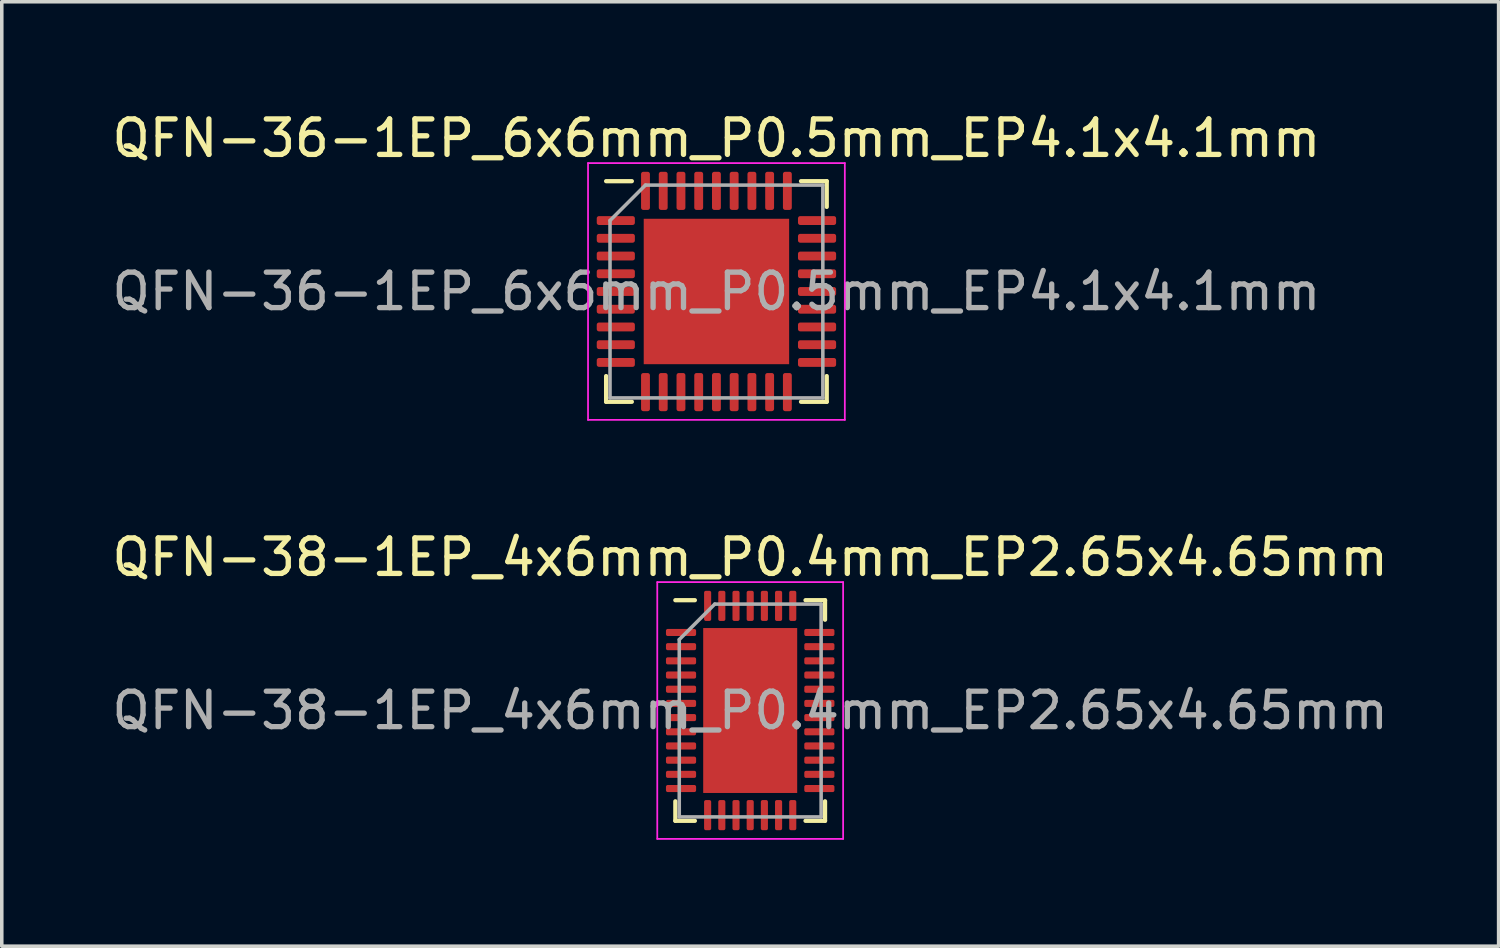
<source format=kicad_pcb>
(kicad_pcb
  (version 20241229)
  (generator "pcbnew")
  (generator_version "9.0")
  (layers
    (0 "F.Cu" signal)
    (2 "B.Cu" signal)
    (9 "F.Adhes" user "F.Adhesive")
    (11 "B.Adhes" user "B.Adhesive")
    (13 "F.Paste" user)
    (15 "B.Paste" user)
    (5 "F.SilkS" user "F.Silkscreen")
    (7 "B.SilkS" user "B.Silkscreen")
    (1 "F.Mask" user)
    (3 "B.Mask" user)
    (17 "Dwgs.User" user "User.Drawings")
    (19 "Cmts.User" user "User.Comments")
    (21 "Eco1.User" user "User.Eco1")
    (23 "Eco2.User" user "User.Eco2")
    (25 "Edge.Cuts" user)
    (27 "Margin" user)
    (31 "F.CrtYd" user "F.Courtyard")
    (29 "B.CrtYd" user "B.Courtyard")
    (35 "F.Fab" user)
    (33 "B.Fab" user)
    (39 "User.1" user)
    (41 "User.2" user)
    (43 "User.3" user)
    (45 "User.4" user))
  (footprint "QFN-38-1EP_4x6mm_P0.4mm_EP2.65x4.65mm"
    (layer "F.Cu")
    (at 18.101 16.982)
    (property "Reference" "QFN-38-1EP_4x6mm_P0.4mm_EP2.65x4.65mm" (at 0 -4.32 0) (layer "F.SilkS") (effects (font (size 1 1) (thickness 0.15))))
    (attr smd)
    (fp_line (start -2.11 3.11) (end -2.11 2.56) (stroke (width 0.12) (type solid)) (layer "F.SilkS"))
    (fp_line (start -1.56 -3.11) (end -2.11 -3.11) (stroke (width 0.12) (type solid)) (layer "F.SilkS"))
    (fp_line (start -1.56 3.11) (end -2.11 3.11) (stroke (width 0.12) (type solid)) (layer "F.SilkS"))
    (fp_line (start 1.56 -3.11) (end 2.11 -3.11) (stroke (width 0.12) (type solid)) (layer "F.SilkS"))
    (fp_line (start 1.56 3.11) (end 2.11 3.11) (stroke (width 0.12) (type solid)) (layer "F.SilkS"))
    (fp_line (start 2.11 -3.11) (end 2.11 -2.56) (stroke (width 0.12) (type solid)) (layer "F.SilkS"))
    (fp_line (start 2.11 3.11) (end 2.11 2.56) (stroke (width 0.12) (type solid)) (layer "F.SilkS"))
    (fp_line (start -2.62 -3.62) (end -2.62 3.62) (stroke (width 0.05) (type solid)) (layer "F.CrtYd"))
    (fp_line (start -2.62 3.62) (end 2.62 3.62) (stroke (width 0.05) (type solid)) (layer "F.CrtYd"))
    (fp_line (start 2.62 -3.62) (end -2.62 -3.62) (stroke (width 0.05) (type solid)) (layer "F.CrtYd"))
    (fp_line (start 2.62 3.62) (end 2.62 -3.62) (stroke (width 0.05) (type solid)) (layer "F.CrtYd"))
    (fp_line (start -2 -2) (end -1 -3) (stroke (width 0.1) (type solid)) (layer "F.Fab"))
    (fp_line (start -2 3) (end -2 -2) (stroke (width 0.1) (type solid)) (layer "F.Fab"))
    (fp_line (start -1 -3) (end 2 -3) (stroke (width 0.1) (type solid)) (layer "F.Fab"))
    (fp_line (start 2 -3) (end 2 3) (stroke (width 0.1) (type solid)) (layer "F.Fab"))
    (fp_line (start 2 3) (end -2 3) (stroke (width 0.1) (type solid)) (layer "F.Fab"))
    (fp_text user "${REFERENCE}" (at 0 0 0) (layer "F.Fab") (effects (font (size 1 1) (thickness 0.15))))
    (pad "" smd roundrect (at -0.66 -1.74) (size 1.07 0.94) (layers "F.Paste") (roundrect_rratio 0.25))
    (pad "" smd roundrect (at -0.66 -0.58) (size 1.07 0.94) (layers "F.Paste") (roundrect_rratio 0.25))
    (pad "" smd roundrect (at -0.66 0.58) (size 1.07 0.94) (layers "F.Paste") (roundrect_rratio 0.25))
    (pad "" smd roundrect (at -0.66 1.74) (size 1.07 0.94) (layers "F.Paste") (roundrect_rratio 0.25))
    (pad "" smd roundrect (at 0.66 -1.74) (size 1.07 0.94) (layers "F.Paste") (roundrect_rratio 0.25))
    (pad "" smd roundrect (at 0.66 -0.58) (size 1.07 0.94) (layers "F.Paste") (roundrect_rratio 0.25))
    (pad "" smd roundrect (at 0.66 0.58) (size 1.07 0.94) (layers "F.Paste") (roundrect_rratio 0.25))
    (pad "" smd roundrect (at 0.66 1.74) (size 1.07 0.94) (layers "F.Paste") (roundrect_rratio 0.25))
    (pad "1" smd roundrect (at -1.95 -2.2) (size 0.85 0.2) (layers "F.Cu" "F.Mask" "F.Paste") (roundrect_rratio 0.25))
    (pad "2" smd roundrect (at -1.95 -1.8) (size 0.85 0.2) (layers "F.Cu" "F.Mask" "F.Paste") (roundrect_rratio 0.25))
    (pad "3" smd roundrect (at -1.95 -1.4) (size 0.85 0.2) (layers "F.Cu" "F.Mask" "F.Paste") (roundrect_rratio 0.25))
    (pad "4" smd roundrect (at -1.95 -1) (size 0.85 0.2) (layers "F.Cu" "F.Mask" "F.Paste") (roundrect_rratio 0.25))
    (pad "5" smd roundrect (at -1.95 -0.6) (size 0.85 0.2) (layers "F.Cu" "F.Mask" "F.Paste") (roundrect_rratio 0.25))
    (pad "6" smd roundrect (at -1.95 -0.2) (size 0.85 0.2) (layers "F.Cu" "F.Mask" "F.Paste") (roundrect_rratio 0.25))
    (pad "7" smd roundrect (at -1.95 0.2) (size 0.85 0.2) (layers "F.Cu" "F.Mask" "F.Paste") (roundrect_rratio 0.25))
    (pad "8" smd roundrect (at -1.95 0.6) (size 0.85 0.2) (layers "F.Cu" "F.Mask" "F.Paste") (roundrect_rratio 0.25))
    (pad "9" smd roundrect (at -1.95 1) (size 0.85 0.2) (layers "F.Cu" "F.Mask" "F.Paste") (roundrect_rratio 0.25))
    (pad "10" smd roundrect (at -1.95 1.4) (size 0.85 0.2) (layers "F.Cu" "F.Mask" "F.Paste") (roundrect_rratio 0.25))
    (pad "11" smd roundrect (at -1.95 1.8) (size 0.85 0.2) (layers "F.Cu" "F.Mask" "F.Paste") (roundrect_rratio 0.25))
    (pad "12" smd roundrect (at -1.95 2.2) (size 0.85 0.2) (layers "F.Cu" "F.Mask" "F.Paste") (roundrect_rratio 0.25))
    (pad "13" smd roundrect (at -1.2 2.95) (size 0.2 0.85) (layers "F.Cu" "F.Mask" "F.Paste") (roundrect_rratio 0.25))
    (pad "14" smd roundrect (at -0.8 2.95) (size 0.2 0.85) (layers "F.Cu" "F.Mask" "F.Paste") (roundrect_rratio 0.25))
    (pad "15" smd roundrect (at -0.4 2.95) (size 0.2 0.85) (layers "F.Cu" "F.Mask" "F.Paste") (roundrect_rratio 0.25))
    (pad "16" smd roundrect (at 0 2.95) (size 0.2 0.85) (layers "F.Cu" "F.Mask" "F.Paste") (roundrect_rratio 0.25))
    (pad "17" smd roundrect (at 0.4 2.95) (size 0.2 0.85) (layers "F.Cu" "F.Mask" "F.Paste") (roundrect_rratio 0.25))
    (pad "18" smd roundrect (at 0.8 2.95) (size 0.2 0.85) (layers "F.Cu" "F.Mask" "F.Paste") (roundrect_rratio 0.25))
    (pad "19" smd roundrect (at 1.2 2.95) (size 0.2 0.85) (layers "F.Cu" "F.Mask" "F.Paste") (roundrect_rratio 0.25))
    (pad "20" smd roundrect (at 1.95 2.2) (size 0.85 0.2) (layers "F.Cu" "F.Mask" "F.Paste") (roundrect_rratio 0.25))
    (pad "21" smd roundrect (at 1.95 1.8) (size 0.85 0.2) (layers "F.Cu" "F.Mask" "F.Paste") (roundrect_rratio 0.25))
    (pad "22" smd roundrect (at 1.95 1.4) (size 0.85 0.2) (layers "F.Cu" "F.Mask" "F.Paste") (roundrect_rratio 0.25))
    (pad "23" smd roundrect (at 1.95 1) (size 0.85 0.2) (layers "F.Cu" "F.Mask" "F.Paste") (roundrect_rratio 0.25))
    (pad "24" smd roundrect (at 1.95 0.6) (size 0.85 0.2) (layers "F.Cu" "F.Mask" "F.Paste") (roundrect_rratio 0.25))
    (pad "25" smd roundrect (at 1.95 0.2) (size 0.85 0.2) (layers "F.Cu" "F.Mask" "F.Paste") (roundrect_rratio 0.25))
    (pad "26" smd roundrect (at 1.95 -0.2) (size 0.85 0.2) (layers "F.Cu" "F.Mask" "F.Paste") (roundrect_rratio 0.25))
    (pad "27" smd roundrect (at 1.95 -0.6) (size 0.85 0.2) (layers "F.Cu" "F.Mask" "F.Paste") (roundrect_rratio 0.25))
    (pad "28" smd roundrect (at 1.95 -1) (size 0.85 0.2) (layers "F.Cu" "F.Mask" "F.Paste") (roundrect_rratio 0.25))
    (pad "29" smd roundrect (at 1.95 -1.4) (size 0.85 0.2) (layers "F.Cu" "F.Mask" "F.Paste") (roundrect_rratio 0.25))
    (pad "30" smd roundrect (at 1.95 -1.8) (size 0.85 0.2) (layers "F.Cu" "F.Mask" "F.Paste") (roundrect_rratio 0.25))
    (pad "31" smd roundrect (at 1.95 -2.2) (size 0.85 0.2) (layers "F.Cu" "F.Mask" "F.Paste") (roundrect_rratio 0.25))
    (pad "32" smd roundrect (at 1.2 -2.95) (size 0.2 0.85) (layers "F.Cu" "F.Mask" "F.Paste") (roundrect_rratio 0.25))
    (pad "33" smd roundrect (at 0.8 -2.95) (size 0.2 0.85) (layers "F.Cu" "F.Mask" "F.Paste") (roundrect_rratio 0.25))
    (pad "34" smd roundrect (at 0.4 -2.95) (size 0.2 0.85) (layers "F.Cu" "F.Mask" "F.Paste") (roundrect_rratio 0.25))
    (pad "35" smd roundrect (at 0 -2.95) (size 0.2 0.85) (layers "F.Cu" "F.Mask" "F.Paste") (roundrect_rratio 0.25))
    (pad "36" smd roundrect (at -0.4 -2.95) (size 0.2 0.85) (layers "F.Cu" "F.Mask" "F.Paste") (roundrect_rratio 0.25))
    (pad "37" smd roundrect (at -0.8 -2.95) (size 0.2 0.85) (layers "F.Cu" "F.Mask" "F.Paste") (roundrect_rratio 0.25))
    (pad "38" smd roundrect (at -1.2 -2.95) (size 0.2 0.85) (layers "F.Cu" "F.Mask" "F.Paste") (roundrect_rratio 0.25))
    (pad "39" smd rect (at 0 0) (size 2.65 4.65) (layers "F.Cu" "F.Mask")))
  (footprint "QFN-36-1EP_6x6mm_P0.5mm_EP4.1x4.1mm"
    (layer "F.Cu")
    (at 17.149 5.168)
    (property "Reference" "QFN-36-1EP_6x6mm_P0.5mm_EP4.1x4.1mm" (at 0 -4.32 0) (layer "F.SilkS") (effects (font (size 1 1) (thickness 0.15))))
    (attr smd)
    (fp_line (start -3.11 3.11) (end -3.11 2.385) (stroke (width 0.12) (type solid)) (layer "F.SilkS"))
    (fp_line (start -2.385 -3.11) (end -3.11 -3.11) (stroke (width 0.12) (type solid)) (layer "F.SilkS"))
    (fp_line (start -2.385 3.11) (end -3.11 3.11) (stroke (width 0.12) (type solid)) (layer "F.SilkS"))
    (fp_line (start 2.385 -3.11) (end 3.11 -3.11) (stroke (width 0.12) (type solid)) (layer "F.SilkS"))
    (fp_line (start 2.385 3.11) (end 3.11 3.11) (stroke (width 0.12) (type solid)) (layer "F.SilkS"))
    (fp_line (start 3.11 -3.11) (end 3.11 -2.385) (stroke (width 0.12) (type solid)) (layer "F.SilkS"))
    (fp_line (start 3.11 3.11) (end 3.11 2.385) (stroke (width 0.12) (type solid)) (layer "F.SilkS"))
    (fp_line (start -3.62 -3.62) (end -3.62 3.62) (stroke (width 0.05) (type solid)) (layer "F.CrtYd"))
    (fp_line (start -3.62 3.62) (end 3.62 3.62) (stroke (width 0.05) (type solid)) (layer "F.CrtYd"))
    (fp_line (start 3.62 -3.62) (end -3.62 -3.62) (stroke (width 0.05) (type solid)) (layer "F.CrtYd"))
    (fp_line (start 3.62 3.62) (end 3.62 -3.62) (stroke (width 0.05) (type solid)) (layer "F.CrtYd"))
    (fp_line (start -3 -2) (end -2 -3) (stroke (width 0.1) (type solid)) (layer "F.Fab"))
    (fp_line (start -3 3) (end -3 -2) (stroke (width 0.1) (type solid)) (layer "F.Fab"))
    (fp_line (start -2 -3) (end 3 -3) (stroke (width 0.1) (type solid)) (layer "F.Fab"))
    (fp_line (start 3 -3) (end 3 3) (stroke (width 0.1) (type solid)) (layer "F.Fab"))
    (fp_line (start 3 3) (end -3 3) (stroke (width 0.1) (type solid)) (layer "F.Fab"))
    (fp_text user "${REFERENCE}" (at 0 0 0) (layer "F.Fab") (effects (font (size 1 1) (thickness 0.15))))
    (pad "" smd roundrect (at -1.37 -1.37) (size 1.1 1.1) (layers "F.Paste") (roundrect_rratio 0.227))
    (pad "" smd roundrect (at -1.37 0) (size 1.1 1.1) (layers "F.Paste") (roundrect_rratio 0.227))
    (pad "" smd roundrect (at -1.37 1.37) (size 1.1 1.1) (layers "F.Paste") (roundrect_rratio 0.227))
    (pad "" smd roundrect (at 0 -1.37) (size 1.1 1.1) (layers "F.Paste") (roundrect_rratio 0.227))
    (pad "" smd roundrect (at 0 0) (size 1.1 1.1) (layers "F.Paste") (roundrect_rratio 0.227))
    (pad "" smd roundrect (at 0 1.37) (size 1.1 1.1) (layers "F.Paste") (roundrect_rratio 0.227))
    (pad "" smd roundrect (at 1.37 -1.37) (size 1.1 1.1) (layers "F.Paste") (roundrect_rratio 0.227))
    (pad "" smd roundrect (at 1.37 0) (size 1.1 1.1) (layers "F.Paste") (roundrect_rratio 0.227))
    (pad "" smd roundrect (at 1.37 1.37) (size 1.1 1.1) (layers "F.Paste") (roundrect_rratio 0.227))
    (pad "1" smd roundrect (at -2.837 -2) (size 1.075 0.25) (layers "F.Cu" "F.Mask" "F.Paste") (roundrect_rratio 0.25))
    (pad "2" smd roundrect (at -2.837 -1.5) (size 1.075 0.25) (layers "F.Cu" "F.Mask" "F.Paste") (roundrect_rratio 0.25))
    (pad "3" smd roundrect (at -2.837 -1) (size 1.075 0.25) (layers "F.Cu" "F.Mask" "F.Paste") (roundrect_rratio 0.25))
    (pad "4" smd roundrect (at -2.837 -0.5) (size 1.075 0.25) (layers "F.Cu" "F.Mask" "F.Paste") (roundrect_rratio 0.25))
    (pad "5" smd roundrect (at -2.837 0) (size 1.075 0.25) (layers "F.Cu" "F.Mask" "F.Paste") (roundrect_rratio 0.25))
    (pad "6" smd roundrect (at -2.837 0.5) (size 1.075 0.25) (layers "F.Cu" "F.Mask" "F.Paste") (roundrect_rratio 0.25))
    (pad "7" smd roundrect (at -2.837 1) (size 1.075 0.25) (layers "F.Cu" "F.Mask" "F.Paste") (roundrect_rratio 0.25))
    (pad "8" smd roundrect (at -2.837 1.5) (size 1.075 0.25) (layers "F.Cu" "F.Mask" "F.Paste") (roundrect_rratio 0.25))
    (pad "9" smd roundrect (at -2.837 2) (size 1.075 0.25) (layers "F.Cu" "F.Mask" "F.Paste") (roundrect_rratio 0.25))
    (pad "10" smd roundrect (at -2 2.837) (size 0.25 1.075) (layers "F.Cu" "F.Mask" "F.Paste") (roundrect_rratio 0.25))
    (pad "11" smd roundrect (at -1.5 2.837) (size 0.25 1.075) (layers "F.Cu" "F.Mask" "F.Paste") (roundrect_rratio 0.25))
    (pad "12" smd roundrect (at -1 2.837) (size 0.25 1.075) (layers "F.Cu" "F.Mask" "F.Paste") (roundrect_rratio 0.25))
    (pad "13" smd roundrect (at -0.5 2.837) (size 0.25 1.075) (layers "F.Cu" "F.Mask" "F.Paste") (roundrect_rratio 0.25))
    (pad "14" smd roundrect (at 0 2.837) (size 0.25 1.075) (layers "F.Cu" "F.Mask" "F.Paste") (roundrect_rratio 0.25))
    (pad "15" smd roundrect (at 0.5 2.837) (size 0.25 1.075) (layers "F.Cu" "F.Mask" "F.Paste") (roundrect_rratio 0.25))
    (pad "16" smd roundrect (at 1 2.837) (size 0.25 1.075) (layers "F.Cu" "F.Mask" "F.Paste") (roundrect_rratio 0.25))
    (pad "17" smd roundrect (at 1.5 2.837) (size 0.25 1.075) (layers "F.Cu" "F.Mask" "F.Paste") (roundrect_rratio 0.25))
    (pad "18" smd roundrect (at 2 2.837) (size 0.25 1.075) (layers "F.Cu" "F.Mask" "F.Paste") (roundrect_rratio 0.25))
    (pad "19" smd roundrect (at 2.837 2) (size 1.075 0.25) (layers "F.Cu" "F.Mask" "F.Paste") (roundrect_rratio 0.25))
    (pad "20" smd roundrect (at 2.837 1.5) (size 1.075 0.25) (layers "F.Cu" "F.Mask" "F.Paste") (roundrect_rratio 0.25))
    (pad "21" smd roundrect (at 2.837 1) (size 1.075 0.25) (layers "F.Cu" "F.Mask" "F.Paste") (roundrect_rratio 0.25))
    (pad "22" smd roundrect (at 2.837 0.5) (size 1.075 0.25) (layers "F.Cu" "F.Mask" "F.Paste") (roundrect_rratio 0.25))
    (pad "23" smd roundrect (at 2.837 0) (size 1.075 0.25) (layers "F.Cu" "F.Mask" "F.Paste") (roundrect_rratio 0.25))
    (pad "24" smd roundrect (at 2.837 -0.5) (size 1.075 0.25) (layers "F.Cu" "F.Mask" "F.Paste") (roundrect_rratio 0.25))
    (pad "25" smd roundrect (at 2.837 -1) (size 1.075 0.25) (layers "F.Cu" "F.Mask" "F.Paste") (roundrect_rratio 0.25))
    (pad "26" smd roundrect (at 2.837 -1.5) (size 1.075 0.25) (layers "F.Cu" "F.Mask" "F.Paste") (roundrect_rratio 0.25))
    (pad "27" smd roundrect (at 2.837 -2) (size 1.075 0.25) (layers "F.Cu" "F.Mask" "F.Paste") (roundrect_rratio 0.25))
    (pad "28" smd roundrect (at 2 -2.837) (size 0.25 1.075) (layers "F.Cu" "F.Mask" "F.Paste") (roundrect_rratio 0.25))
    (pad "29" smd roundrect (at 1.5 -2.837) (size 0.25 1.075) (layers "F.Cu" "F.Mask" "F.Paste") (roundrect_rratio 0.25))
    (pad "30" smd roundrect (at 1 -2.837) (size 0.25 1.075) (layers "F.Cu" "F.Mask" "F.Paste") (roundrect_rratio 0.25))
    (pad "31" smd roundrect (at 0.5 -2.837) (size 0.25 1.075) (layers "F.Cu" "F.Mask" "F.Paste") (roundrect_rratio 0.25))
    (pad "32" smd roundrect (at 0 -2.837) (size 0.25 1.075) (layers "F.Cu" "F.Mask" "F.Paste") (roundrect_rratio 0.25))
    (pad "33" smd roundrect (at -0.5 -2.837) (size 0.25 1.075) (layers "F.Cu" "F.Mask" "F.Paste") (roundrect_rratio 0.25))
    (pad "34" smd roundrect (at -1 -2.837) (size 0.25 1.075) (layers "F.Cu" "F.Mask" "F.Paste") (roundrect_rratio 0.25))
    (pad "35" smd roundrect (at -1.5 -2.837) (size 0.25 1.075) (layers "F.Cu" "F.Mask" "F.Paste") (roundrect_rratio 0.25))
    (pad "36" smd roundrect (at -2 -2.837) (size 0.25 1.075) (layers "F.Cu" "F.Mask" "F.Paste") (roundrect_rratio 0.25))
    (pad "37" smd rect (at 0 0) (size 4.1 4.1) (layers "F.Cu" "F.Mask")))
  (gr_rect
    (start -3 -3)
    (end 39.202 23.627)
    (stroke (width 0.1) (type default))
    (fill no)
    (layer "Edge.Cuts")))
</source>
